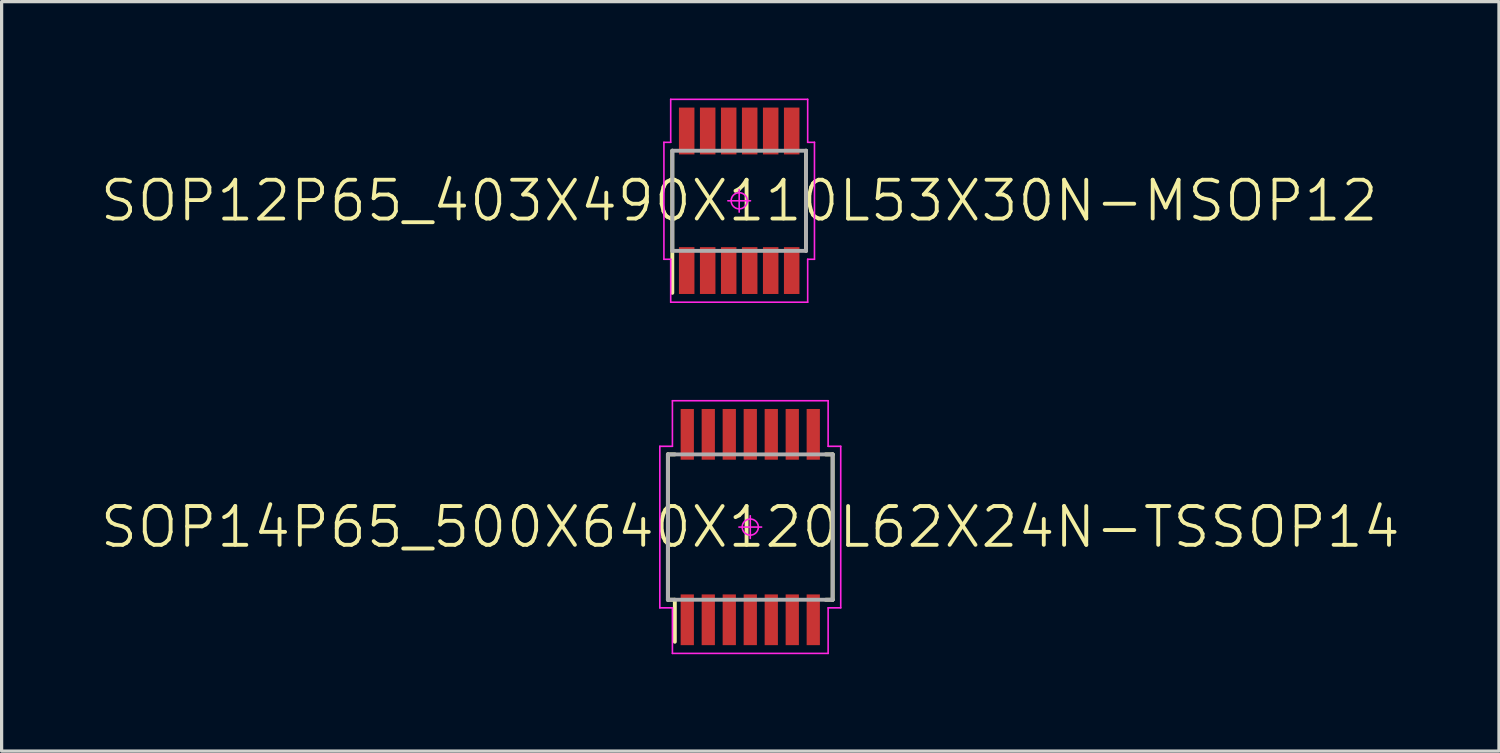
<source format=kicad_pcb>
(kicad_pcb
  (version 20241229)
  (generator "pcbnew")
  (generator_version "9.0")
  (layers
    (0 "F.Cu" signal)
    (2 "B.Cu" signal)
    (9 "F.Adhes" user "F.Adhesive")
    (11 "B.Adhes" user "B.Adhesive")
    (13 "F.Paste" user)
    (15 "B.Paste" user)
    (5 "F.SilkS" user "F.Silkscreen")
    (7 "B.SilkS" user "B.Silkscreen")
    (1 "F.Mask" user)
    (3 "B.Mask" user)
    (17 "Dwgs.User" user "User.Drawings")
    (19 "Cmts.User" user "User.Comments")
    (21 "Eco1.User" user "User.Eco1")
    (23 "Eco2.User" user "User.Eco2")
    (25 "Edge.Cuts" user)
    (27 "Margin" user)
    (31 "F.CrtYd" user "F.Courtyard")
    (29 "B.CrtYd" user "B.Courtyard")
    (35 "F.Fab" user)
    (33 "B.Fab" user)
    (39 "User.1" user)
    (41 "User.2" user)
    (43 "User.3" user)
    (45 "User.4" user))
  (footprint "SOP14P65_500X640X120L62X24N-TSSOP14"
    (layer "F.Cu")
    (at 20.174 13.265)
    (property "Reference" "SOP14P65_500X640X120L62X24N-TSSOP14" (at 0 0 0) (layer "F.SilkS") (effects (font (size 1.2 1.2) (thickness 0.12))))
    (attr smd)
    (fp_line (start -2.55 -2.25) (end -2.335 -2.25) (stroke (width 0.12) (type solid)) (layer "F.SilkS"))
    (fp_line (start -2.55 2.25) (end -2.55 -2.25) (stroke (width 0.12) (type solid)) (layer "F.SilkS"))
    (fp_line (start -2.335 2.25) (end -2.55 2.25) (stroke (width 0.12) (type solid)) (layer "F.SilkS"))
    (fp_line (start -2.335 2.25) (end -2.335 3.55) (stroke (width 0.12) (type solid)) (layer "F.SilkS"))
    (fp_line (start 2.335 2.25) (end 2.55 2.25) (stroke (width 0.12) (type solid)) (layer "F.SilkS"))
    (fp_line (start 2.55 -2.25) (end 2.335 -2.25) (stroke (width 0.12) (type solid)) (layer "F.SilkS"))
    (fp_line (start 2.55 2.25) (end 2.55 -2.25) (stroke (width 0.12) (type solid)) (layer "F.SilkS"))
    (fp_line (start -2.8 -2.5) (end -2.8 2.5) (stroke (width 0.05) (type solid)) (layer "F.CrtYd"))
    (fp_line (start -2.8 2.5) (end -2.41 2.5) (stroke (width 0.05) (type solid)) (layer "F.CrtYd"))
    (fp_line (start -2.41 -3.91) (end -2.41 -2.5) (stroke (width 0.05) (type solid)) (layer "F.CrtYd"))
    (fp_line (start -2.41 -2.5) (end -2.8 -2.5) (stroke (width 0.05) (type solid)) (layer "F.CrtYd"))
    (fp_line (start -2.41 2.5) (end -2.41 3.91) (stroke (width 0.05) (type solid)) (layer "F.CrtYd"))
    (fp_line (start -2.41 3.91) (end 2.41 3.91) (stroke (width 0.05) (type solid)) (layer "F.CrtYd"))
    (fp_line (start -0.35 0) (end 0.35 0) (stroke (width 0.05) (type solid)) (layer "F.CrtYd"))
    (fp_line (start 0 -0.35) (end 0 0.35) (stroke (width 0.05) (type solid)) (layer "F.CrtYd"))
    (fp_line (start 2.41 -3.91) (end -2.41 -3.91) (stroke (width 0.05) (type solid)) (layer "F.CrtYd"))
    (fp_line (start 2.41 -2.5) (end 2.41 -3.91) (stroke (width 0.05) (type solid)) (layer "F.CrtYd"))
    (fp_line (start 2.41 2.5) (end 2.8 2.5) (stroke (width 0.05) (type solid)) (layer "F.CrtYd"))
    (fp_line (start 2.41 3.91) (end 2.41 2.5) (stroke (width 0.05) (type solid)) (layer "F.CrtYd"))
    (fp_line (start 2.8 -2.5) (end 2.41 -2.5) (stroke (width 0.05) (type solid)) (layer "F.CrtYd"))
    (fp_line (start 2.8 2.5) (end 2.8 -2.5) (stroke (width 0.05) (type solid)) (layer "F.CrtYd"))
    (fp_circle (center 0 0) (end 0 0.25) (stroke (width 0.05) (type solid)) (fill no) (layer "F.CrtYd"))
    (fp_line (start -2.55 -2.25) (end 2.55 -2.25) (stroke (width 0.12) (type solid)) (layer "F.Fab"))
    (fp_line (start -2.55 2.25) (end -2.55 -2.25) (stroke (width 0.12) (type solid)) (layer "F.Fab"))
    (fp_line (start 2.55 -2.25) (end 2.55 2.25) (stroke (width 0.12) (type solid)) (layer "F.Fab"))
    (fp_line (start 2.55 2.25) (end -2.55 2.25) (stroke (width 0.12) (type solid)) (layer "F.Fab"))
    (pad "1" smd rect (at -1.95 2.87 90) (size 1.57 0.41) (layers "F.Cu" "F.Mask" "F.Paste"))
    (pad "2" smd rect (at -1.3 2.87 90) (size 1.57 0.41) (layers "F.Cu" "F.Mask" "F.Paste"))
    (pad "3" smd rect (at -0.65 2.87 90) (size 1.57 0.41) (layers "F.Cu" "F.Mask" "F.Paste"))
    (pad "4" smd rect (at 0 2.87 90) (size 1.57 0.41) (layers "F.Cu" "F.Mask" "F.Paste"))
    (pad "5" smd rect (at 0.65 2.87 90) (size 1.57 0.41) (layers "F.Cu" "F.Mask" "F.Paste"))
    (pad "6" smd rect (at 1.3 2.87 90) (size 1.57 0.41) (layers "F.Cu" "F.Mask" "F.Paste"))
    (pad "7" smd rect (at 1.95 2.87 90) (size 1.57 0.41) (layers "F.Cu" "F.Mask" "F.Paste"))
    (pad "8" smd rect (at 1.95 -2.87 90) (size 1.57 0.41) (layers "F.Cu" "F.Mask" "F.Paste"))
    (pad "9" smd rect (at 1.3 -2.87 90) (size 1.57 0.41) (layers "F.Cu" "F.Mask" "F.Paste"))
    (pad "10" smd rect (at 0.65 -2.87 90) (size 1.57 0.41) (layers "F.Cu" "F.Mask" "F.Paste"))
    (pad "11" smd rect (at 0 -2.87 90) (size 1.57 0.41) (layers "F.Cu" "F.Mask" "F.Paste"))
    (pad "12" smd rect (at -0.65 -2.87 90) (size 1.57 0.41) (layers "F.Cu" "F.Mask" "F.Paste"))
    (pad "13" smd rect (at -1.3 -2.87 90) (size 1.57 0.41) (layers "F.Cu" "F.Mask" "F.Paste"))
    (pad "14" smd rect (at -1.95 -2.87 90) (size 1.57 0.41) (layers "F.Cu" "F.Mask" "F.Paste")))
  (footprint "SOP12P65_403X490X110L53X30N-MSOP12"
    (layer "F.Cu")
    (at 19.831 3.165)
    (property "Reference" "SOP12P65_403X490X110L53X30N-MSOP12" (at 0 0 0) (layer "F.SilkS") (effects (font (size 1.2 1.2) (thickness 0.12))))
    (attr smd)
    (fp_line (start -2.07 2.85) (end -2.07 -1.55) (stroke (width 0.12) (type solid)) (layer "F.SilkS"))
    (fp_line (start 2.07 1.55) (end 2.07 -1.55) (stroke (width 0.12) (type solid)) (layer "F.SilkS"))
    (fp_line (start -2.33 -1.81) (end -2.33 1.81) (stroke (width 0.05) (type solid)) (layer "F.CrtYd"))
    (fp_line (start -2.33 1.81) (end -2.12 1.81) (stroke (width 0.05) (type solid)) (layer "F.CrtYd"))
    (fp_line (start -2.12 -3.14) (end -2.12 -1.81) (stroke (width 0.05) (type solid)) (layer "F.CrtYd"))
    (fp_line (start -2.12 -1.81) (end -2.33 -1.81) (stroke (width 0.05) (type solid)) (layer "F.CrtYd"))
    (fp_line (start -2.12 1.81) (end -2.12 3.14) (stroke (width 0.05) (type solid)) (layer "F.CrtYd"))
    (fp_line (start -2.12 3.14) (end 2.12 3.14) (stroke (width 0.05) (type solid)) (layer "F.CrtYd"))
    (fp_line (start -0.35 0) (end 0.35 0) (stroke (width 0.05) (type solid)) (layer "F.CrtYd"))
    (fp_line (start 0 -0.35) (end 0 0.35) (stroke (width 0.05) (type solid)) (layer "F.CrtYd"))
    (fp_line (start 2.12 -3.14) (end -2.12 -3.14) (stroke (width 0.05) (type solid)) (layer "F.CrtYd"))
    (fp_line (start 2.12 -1.81) (end 2.12 -3.14) (stroke (width 0.05) (type solid)) (layer "F.CrtYd"))
    (fp_line (start 2.12 1.81) (end 2.33 1.81) (stroke (width 0.05) (type solid)) (layer "F.CrtYd"))
    (fp_line (start 2.12 3.14) (end 2.12 1.81) (stroke (width 0.05) (type solid)) (layer "F.CrtYd"))
    (fp_line (start 2.33 -1.81) (end 2.12 -1.81) (stroke (width 0.05) (type solid)) (layer "F.CrtYd"))
    (fp_line (start 2.33 1.81) (end 2.33 -1.81) (stroke (width 0.05) (type solid)) (layer "F.CrtYd"))
    (fp_circle (center 0 0) (end 0 0.25) (stroke (width 0.05) (type solid)) (fill no) (layer "F.CrtYd"))
    (fp_line (start -2.07 -1.55) (end 2.07 -1.55) (stroke (width 0.12) (type solid)) (layer "F.Fab"))
    (fp_line (start -2.07 1.55) (end -2.07 -1.55) (stroke (width 0.12) (type solid)) (layer "F.Fab"))
    (fp_line (start 2.07 -1.55) (end 2.07 1.55) (stroke (width 0.12) (type solid)) (layer "F.Fab"))
    (fp_line (start 2.07 1.55) (end -2.07 1.55) (stroke (width 0.12) (type solid)) (layer "F.Fab"))
    (pad "1" smd rect (at -1.625 2.16 90) (size 1.45 0.48) (layers "F.Cu" "F.Mask" "F.Paste"))
    (pad "2" smd rect (at -0.975 2.16 90) (size 1.45 0.48) (layers "F.Cu" "F.Mask" "F.Paste"))
    (pad "3" smd rect (at -0.325 2.16 90) (size 1.45 0.48) (layers "F.Cu" "F.Mask" "F.Paste"))
    (pad "4" smd rect (at 0.325 2.16 90) (size 1.45 0.48) (layers "F.Cu" "F.Mask" "F.Paste"))
    (pad "5" smd rect (at 0.975 2.16 90) (size 1.45 0.48) (layers "F.Cu" "F.Mask" "F.Paste"))
    (pad "6" smd rect (at 1.625 2.16 90) (size 1.45 0.48) (layers "F.Cu" "F.Mask" "F.Paste"))
    (pad "7" smd rect (at 1.625 -2.16 90) (size 1.45 0.48) (layers "F.Cu" "F.Mask" "F.Paste"))
    (pad "8" smd rect (at 0.975 -2.16 90) (size 1.45 0.48) (layers "F.Cu" "F.Mask" "F.Paste"))
    (pad "9" smd rect (at 0.325 -2.16 90) (size 1.45 0.48) (layers "F.Cu" "F.Mask" "F.Paste"))
    (pad "10" smd rect (at -0.325 -2.16 90) (size 1.45 0.48) (layers "F.Cu" "F.Mask" "F.Paste"))
    (pad "11" smd rect (at -0.975 -2.16 90) (size 1.45 0.48) (layers "F.Cu" "F.Mask" "F.Paste"))
    (pad "12" smd rect (at -1.625 -2.16 90) (size 1.45 0.48) (layers "F.Cu" "F.Mask" "F.Paste")))
  (gr_rect
    (start -3 -3)
    (end 43.349 20.2)
    (stroke (width 0.1) (type default))
    (fill no)
    (layer "Edge.Cuts")))
</source>
